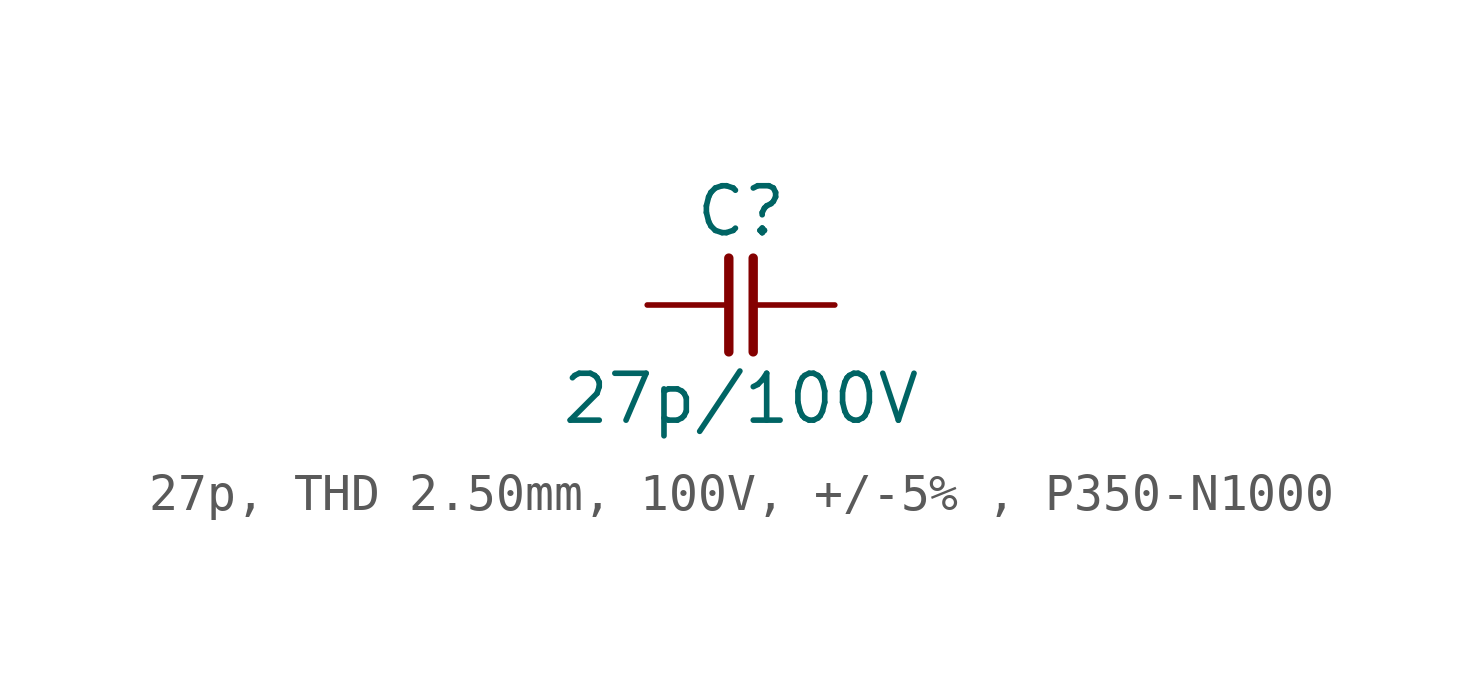
<source format=kicad_sym>
(kicad_symbol_lib
  (version 20231120)
  (generator "kicad_symbol_editor")
  (generator_version "8.0")
  (symbol "27p, THD 2.50mm, 100V, +/-5% , P350-N1000"
    (pin_numbers hide)
    (pin_names
      (offset 0) hide)
    (property "Reference" "C"
      (at 0 2.54 0)
      (effects (font (size 1.27 1.27))))
    (property "Value" "27p/100V"
      (at 0 -2.54 0)
      (effects (font (size 1.27 1.27))))
    (symbol "27p, THD 2.50mm, 100V, +/-5% , P350-N1000_0_1"
      (polyline (pts (xy -0.33 1.27) (xy -0.33 -1.27)) (stroke (width 0.254) (type default)) (fill (type none)))
      (polyline (pts (xy 0.33 1.27) (xy 0.33 -1.27)) (stroke (width 0.254) (type default)) (fill (type none))))
    (symbol "27p, THD 2.50mm, 100V, +/-5% , P350-N1000_1_1"
      (pin passive line (at -2.54 0 0) (length 2.21) (name "1" (effects (font (size 1.27 1.27)))) (number "1" (effects (font (size 1.27 1.27)))))
      (pin passive line (at 2.54 0 180) (length 2.21) (name "2" (effects (font (size 1.27 1.27)))) (number "2" (effects (font (size 1.27 1.27))))))))
</source>
